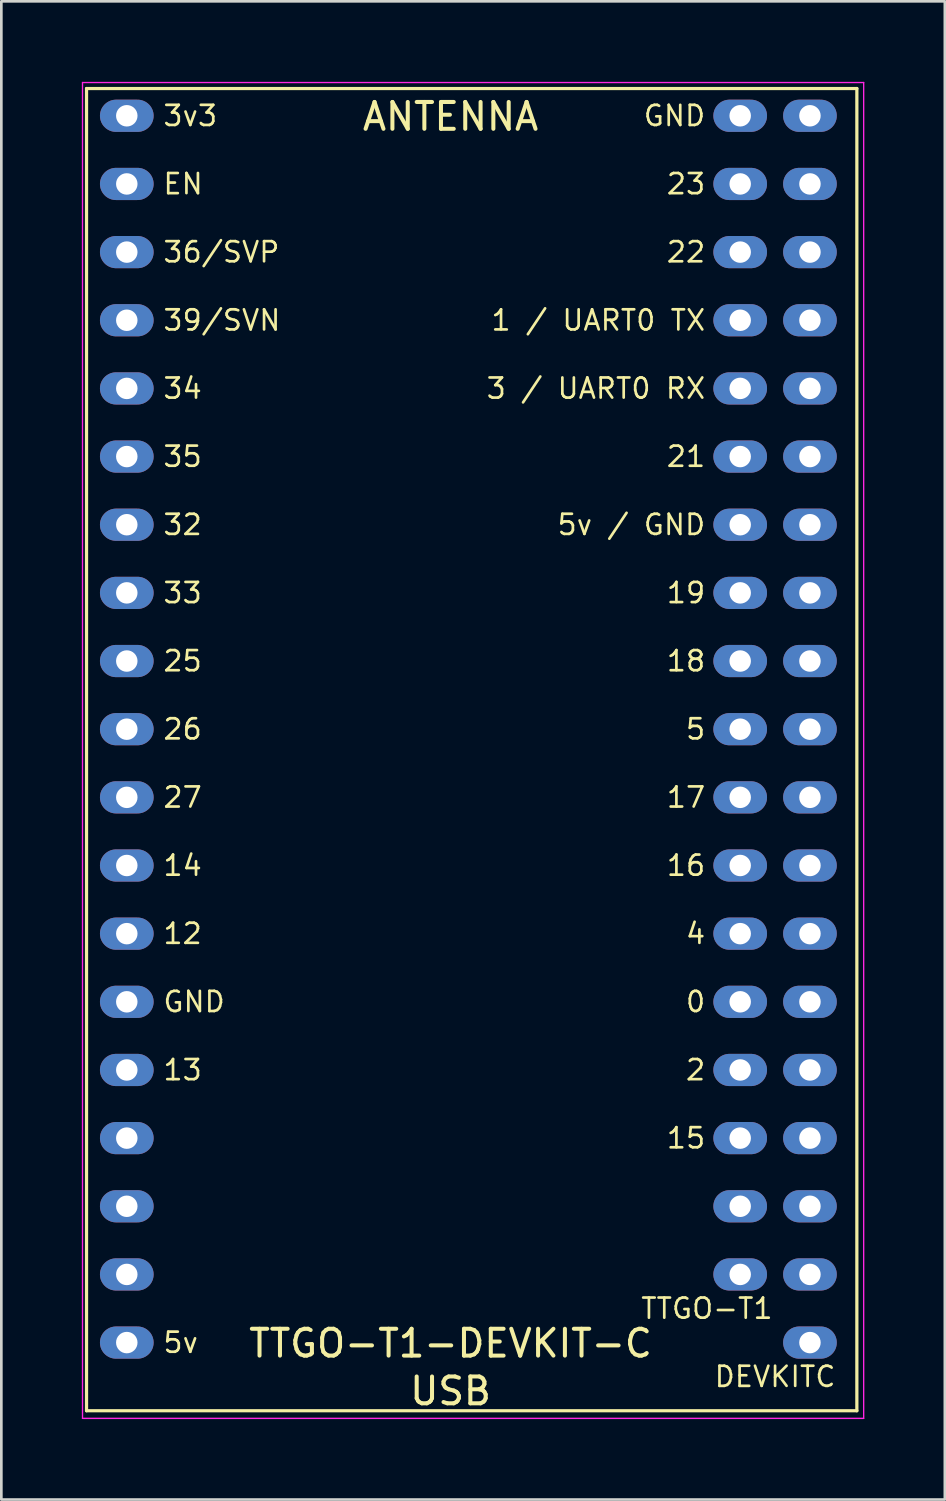
<source format=kicad_pcb>
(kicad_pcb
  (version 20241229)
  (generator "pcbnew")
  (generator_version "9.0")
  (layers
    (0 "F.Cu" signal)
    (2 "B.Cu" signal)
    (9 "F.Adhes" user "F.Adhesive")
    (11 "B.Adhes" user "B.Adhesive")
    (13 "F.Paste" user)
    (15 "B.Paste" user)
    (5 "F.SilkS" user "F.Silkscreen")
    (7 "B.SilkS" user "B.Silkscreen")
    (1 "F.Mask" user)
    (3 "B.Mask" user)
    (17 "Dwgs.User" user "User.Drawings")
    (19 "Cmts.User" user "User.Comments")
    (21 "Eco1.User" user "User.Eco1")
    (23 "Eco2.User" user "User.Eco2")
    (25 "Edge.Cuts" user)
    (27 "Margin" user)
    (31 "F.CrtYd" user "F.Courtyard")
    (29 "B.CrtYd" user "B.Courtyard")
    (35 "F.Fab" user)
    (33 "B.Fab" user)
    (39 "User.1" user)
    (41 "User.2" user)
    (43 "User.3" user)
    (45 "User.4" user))
  (footprint "TTGO-T1-DEVKIT-C"
    (layer "F.Cu")
    (at 13.741 26.441)
    (property "Reference" "TTGO-T1-DEVKIT-C" (at 0 20.574 0) (layer "F.SilkS") (effects (font (size 1 1) (thickness 0.15))))
    (attr through_hole)
    (fp_line (start -13.566 -26.192) (end -13.566 23.084) (stroke (width 0.12) (type solid)) (layer "F.SilkS"))
    (fp_line (start 15.142 -26.192) (end -13.566 -26.192) (stroke (width 0.12) (type solid)) (layer "F.SilkS"))
    (fp_line (start 15.142 23.084) (end -13.566 23.084) (stroke (width 0.12) (type solid)) (layer "F.SilkS"))
    (fp_line (start 15.142 23.084) (end 15.142 -26.192) (stroke (width 0.12) (type solid)) (layer "F.SilkS"))
    (fp_line (start -13.716 23.368) (end -13.716 -26.416) (stroke (width 0.05) (type solid)) (layer "F.CrtYd"))
    (fp_line (start 15.396 -26.416) (end -13.716 -26.416) (stroke (width 0.05) (type solid)) (layer "F.CrtYd"))
    (fp_line (start 15.396 -26.416) (end 15.396 23.368) (stroke (width 0.05) (type solid)) (layer "F.CrtYd"))
    (fp_line (start 15.396 23.368) (end -13.716 23.368) (stroke (width 0.05) (type solid)) (layer "F.CrtYd"))
    (fp_text user "22" (at 9.554 -20.096 0) (unlocked yes) (layer "F.SilkS") (effects (font (size 0.75 0.75) (thickness 0.1)) (justify right)))
    (fp_text user "GND" (at 9.554 -25.176 0) (unlocked yes) (layer "F.SilkS") (effects (font (size 0.75 0.75) (thickness 0.1)) (justify right)))
    (fp_text user "0" (at 9.554 7.844 0) (unlocked yes) (layer "F.SilkS") (effects (font (size 0.75 0.75) (thickness 0.1)) (justify right)))
    (fp_text user "19" (at 9.554 -7.396 0) (unlocked yes) (layer "F.SilkS") (effects (font (size 0.75 0.75) (thickness 0.1)) (justify right)))
    (fp_text user "16" (at 9.554 2.764 0) (unlocked yes) (layer "F.SilkS") (effects (font (size 0.75 0.75) (thickness 0.1)) (justify right)))
    (fp_text user "TTGO-T1" (at 9.554 19.274 0) (layer "F.SilkS") (effects (font (size 0.75 0.75) (thickness 0.1))))
    (fp_text user "USB" (at 0 22.352 0) (unlocked yes) (layer "F.SilkS") (effects (font (size 1 1) (thickness 0.15))))
    (fp_text user "ANTENNA" (at 0 -25.146 0) (layer "F.SilkS") (effects (font (size 1 1) (thickness 0.15))))
    (fp_text user "15" (at 9.554 12.924 0) (unlocked yes) (layer "F.SilkS") (effects (font (size 0.75 0.75) (thickness 0.1)) (justify right)))
    (fp_text user "1 / UART0 TX" (at 9.554 -17.556 0) (unlocked yes) (layer "F.SilkS") (effects (font (size 0.75 0.75) (thickness 0.1)) (justify right)))
    (fp_text user "25" (at -10.766 -4.856 0) (unlocked yes) (layer "F.SilkS") (effects (font (size 0.75 0.75) (thickness 0.1)) (justify left)))
    (fp_text user "21" (at 9.554 -12.476 0) (unlocked yes) (layer "F.SilkS") (effects (font (size 0.75 0.75) (thickness 0.1)) (justify right)))
    (fp_text user "5" (at 9.554 -2.316 0) (unlocked yes) (layer "F.SilkS") (effects (font (size 0.75 0.75) (thickness 0.1)) (justify right)))
    (fp_text user "13" (at -10.766 10.384 0) (unlocked yes) (layer "F.SilkS") (effects (font (size 0.75 0.75) (thickness 0.1)) (justify left)))
    (fp_text user "12" (at -10.766 5.304 0) (unlocked yes) (layer "F.SilkS") (effects (font (size 0.75 0.75) (thickness 0.1)) (justify left)))
    (fp_text user "5v" (at -10.766 20.544 0) (unlocked yes) (layer "F.SilkS") (effects (font (size 0.75 0.75) (thickness 0.1)) (justify left)))
    (fp_text user "5v / GND" (at 9.554 -9.936 0) (unlocked yes) (layer "F.SilkS") (effects (font (size 0.75 0.75) (thickness 0.1)) (justify right)))
    (fp_text user "17" (at 9.554 0.224 0) (unlocked yes) (layer "F.SilkS") (effects (font (size 0.75 0.75) (thickness 0.1)) (justify right)))
    (fp_text user "39/SVN" (at -10.766 -17.556 0) (unlocked yes) (layer "F.SilkS") (effects (font (size 0.75 0.75) (thickness 0.1)) (justify left)))
    (fp_text user "35" (at -10.766 -12.476 0) (unlocked yes) (layer "F.SilkS") (effects (font (size 0.75 0.75) (thickness 0.1)) (justify left)))
    (fp_text user "14" (at -10.766 2.764 0) (unlocked yes) (layer "F.SilkS") (effects (font (size 0.75 0.75) (thickness 0.1)) (justify left)))
    (fp_text user "3v3" (at -10.766 -25.176 0) (unlocked yes) (layer "F.SilkS") (effects (font (size 0.75 0.75) (thickness 0.1)) (justify left)))
    (fp_text user "32" (at -10.766 -9.936 0) (unlocked yes) (layer "F.SilkS") (effects (font (size 0.75 0.75) (thickness 0.1)) (justify left)))
    (fp_text user "34" (at -10.766 -15.016 0) (unlocked yes) (layer "F.SilkS") (effects (font (size 0.75 0.75) (thickness 0.1)) (justify left)))
    (fp_text user "4" (at 9.554 5.304 0) (unlocked yes) (layer "F.SilkS") (effects (font (size 0.75 0.75) (thickness 0.1)) (justify right)))
    (fp_text user "DEVKITC" (at 12.094 21.814 0) (layer "F.SilkS") (effects (font (size 0.75 0.75) (thickness 0.1))))
    (fp_text user "EN" (at -10.766 -22.636 0) (unlocked yes) (layer "F.SilkS") (effects (font (size 0.75 0.75) (thickness 0.1)) (justify left)))
    (fp_text user "GND" (at -10.766 7.844 0) (unlocked yes) (layer "F.SilkS") (effects (font (size 0.75 0.75) (thickness 0.1)) (justify left)))
    (fp_text user "26" (at -10.766 -2.316 0) (unlocked yes) (layer "F.SilkS") (effects (font (size 0.75 0.75) (thickness 0.1)) (justify left)))
    (fp_text user "33" (at -10.766 -7.396 0) (unlocked yes) (layer "F.SilkS") (effects (font (size 0.75 0.75) (thickness 0.1)) (justify left)))
    (fp_text user "18" (at 9.554 -4.856 0) (unlocked yes) (layer "F.SilkS") (effects (font (size 0.75 0.75) (thickness 0.1)) (justify right)))
    (fp_text user "3 / UART0 RX" (at 9.554 -15.016 0) (unlocked yes) (layer "F.SilkS") (effects (font (size 0.75 0.75) (thickness 0.1)) (justify right)))
    (fp_text user "36/SVP" (at -10.766 -20.096 0) (unlocked yes) (layer "F.SilkS") (effects (font (size 0.75 0.75) (thickness 0.1)) (justify left)))
    (fp_text user "2" (at 9.554 10.384 0) (unlocked yes) (layer "F.SilkS") (effects (font (size 0.75 0.75) (thickness 0.1)) (justify right)))
    (fp_text user "27" (at -10.766 0.224 0) (unlocked yes) (layer "F.SilkS") (effects (font (size 0.75 0.75) (thickness 0.1)) (justify left)))
    (fp_text user "23" (at 9.554 -22.636 0) (unlocked yes) (layer "F.SilkS") (effects (font (size 0.75 0.75) (thickness 0.1)) (justify right)))
    (pad "0" thru_hole oval (at 10.794 7.844 90) (size 1.2 2) (drill 0.8) (layers "*.Cu" "*.Mask"))
    (pad "0" thru_hole oval (at 13.394 7.844 90) (size 1.2 2) (drill 0.8) (layers "*.Cu" "*.Mask"))
    (pad "1" thru_hole oval (at 10.794 -17.556 90) (size 1.2 2) (drill 0.8) (layers "*.Cu" "*.Mask"))
    (pad "1" thru_hole oval (at 13.394 -17.556 90) (size 1.2 2) (drill 0.8) (layers "*.Cu" "*.Mask"))
    (pad "2" thru_hole oval (at 10.794 10.384 90) (size 1.2 2) (drill 0.8) (layers "*.Cu" "*.Mask"))
    (pad "2" thru_hole oval (at 13.394 10.384 90) (size 1.2 2) (drill 0.8) (layers "*.Cu" "*.Mask"))
    (pad "3" thru_hole oval (at 10.794 -15.016 90) (size 1.2 2) (drill 0.8) (layers "*.Cu" "*.Mask"))
    (pad "3" thru_hole oval (at 13.394 -15.016 90) (size 1.2 2) (drill 0.8) (layers "*.Cu" "*.Mask"))
    (pad "3v3" thru_hole oval (at -12.066 -25.176 90) (size 1.2 2) (drill 0.8) (layers "*.Cu" "*.Mask"))
    (pad "4" thru_hole oval (at 10.794 5.304 90) (size 1.2 2) (drill 0.8) (layers "*.Cu" "*.Mask"))
    (pad "4" thru_hole oval (at 13.394 5.304 90) (size 1.2 2) (drill 0.8) (layers "*.Cu" "*.Mask"))
    (pad "5" thru_hole oval (at 10.794 -2.316 90) (size 1.2 2) (drill 0.8) (layers "*.Cu" "*.Mask"))
    (pad "5" thru_hole oval (at 13.394 -2.316 90) (size 1.2 2) (drill 0.8) (layers "*.Cu" "*.Mask"))
    (pad "5V" thru_hole oval (at -12.066 20.544 90) (size 1.2 2) (drill 0.8) (layers "*.Cu" "*.Mask"))
    (pad "5V" thru_hole oval (at 10.794 -9.936 90) (size 1.2 2) (drill 0.8) (layers "*.Cu" "*.Mask"))
    (pad "6" thru_hole oval (at 13.394 20.544 90) (size 1.2 2) (drill 0.8) (layers "*.Cu" "*.Mask"))
    (pad "7" thru_hole oval (at 10.794 18.004 90) (size 1.2 2) (drill 0.8) (layers "*.Cu" "*.Mask"))
    (pad "7" thru_hole oval (at 13.394 18.004 90) (size 1.2 2) (drill 0.8) (layers "*.Cu" "*.Mask"))
    (pad "8" thru_hole oval (at 10.794 15.464 90) (size 1.2 2) (drill 0.8) (layers "*.Cu" "*.Mask"))
    (pad "8" thru_hole oval (at 13.394 15.464 90) (size 1.2 2) (drill 0.8) (layers "*.Cu" "*.Mask"))
    (pad "9" thru_hole oval (at -12.066 12.924 90) (size 1.2 2) (drill 0.8) (layers "*.Cu" "*.Mask"))
    (pad "10" thru_hole oval (at -12.066 15.464 90) (size 1.2 2) (drill 0.8) (layers "*.Cu" "*.Mask"))
    (pad "11" thru_hole oval (at -12.066 18.004 90) (size 1.2 2) (drill 0.8) (layers "*.Cu" "*.Mask"))
    (pad "12" thru_hole oval (at -12.066 5.304 90) (size 1.2 2) (drill 0.8) (layers "*.Cu" "*.Mask"))
    (pad "13" thru_hole oval (at -12.066 10.384 90) (size 1.2 2) (drill 0.8) (layers "*.Cu" "*.Mask"))
    (pad "14" thru_hole oval (at -12.066 2.764 90) (size 1.2 2) (drill 0.8) (layers "*.Cu" "*.Mask"))
    (pad "15" thru_hole oval (at 10.794 12.924 90) (size 1.2 2) (drill 0.8) (layers "*.Cu" "*.Mask"))
    (pad "15" thru_hole oval (at 13.394 12.924 90) (size 1.2 2) (drill 0.8) (layers "*.Cu" "*.Mask"))
    (pad "16" thru_hole oval (at 10.794 2.764 90) (size 1.2 2) (drill 0.8) (layers "*.Cu" "*.Mask"))
    (pad "16" thru_hole oval (at 13.394 2.764 90) (size 1.2 2) (drill 0.8) (layers "*.Cu" "*.Mask"))
    (pad "17" thru_hole oval (at 10.794 0.224 90) (size 1.2 2) (drill 0.8) (layers "*.Cu" "*.Mask"))
    (pad "17" thru_hole oval (at 13.394 0.224 90) (size 1.2 2) (drill 0.8) (layers "*.Cu" "*.Mask"))
    (pad "18" thru_hole oval (at 10.794 -4.856 90) (size 1.2 2) (drill 0.8) (layers "*.Cu" "*.Mask"))
    (pad "18" thru_hole oval (at 13.394 -4.856 90) (size 1.2 2) (drill 0.8) (layers "*.Cu" "*.Mask"))
    (pad "19" thru_hole oval (at 10.794 -7.396 90) (size 1.2 2) (drill 0.8) (layers "*.Cu" "*.Mask"))
    (pad "19" thru_hole oval (at 13.394 -7.396 90) (size 1.2 2) (drill 0.8) (layers "*.Cu" "*.Mask"))
    (pad "21" thru_hole oval (at 10.794 -12.476 90) (size 1.2 2) (drill 0.8) (layers "*.Cu" "*.Mask"))
    (pad "21" thru_hole oval (at 13.394 -12.476 90) (size 1.2 2) (drill 0.8) (layers "*.Cu" "*.Mask"))
    (pad "22" thru_hole oval (at 10.794 -20.096 90) (size 1.2 2) (drill 0.8) (layers "*.Cu" "*.Mask"))
    (pad "22" thru_hole oval (at 13.394 -20.096 90) (size 1.2 2) (drill 0.8) (layers "*.Cu" "*.Mask"))
    (pad "23" thru_hole oval (at 10.794 -22.636 90) (size 1.2 2) (drill 0.8) (layers "*.Cu" "*.Mask"))
    (pad "23" thru_hole oval (at 13.394 -22.636 90) (size 1.2 2) (drill 0.8) (layers "*.Cu" "*.Mask"))
    (pad "25" thru_hole oval (at -12.066 -4.856 90) (size 1.2 2) (drill 0.8) (layers "*.Cu" "*.Mask"))
    (pad "26" thru_hole oval (at -12.066 -2.316 90) (size 1.2 2) (drill 0.8) (layers "*.Cu" "*.Mask"))
    (pad "27" thru_hole oval (at -12.066 0.224 90) (size 1.2 2) (drill 0.8) (layers "*.Cu" "*.Mask"))
    (pad "32" thru_hole oval (at -12.066 -9.936 90) (size 1.2 2) (drill 0.8) (layers "*.Cu" "*.Mask"))
    (pad "33" thru_hole oval (at -12.066 -7.396 90) (size 1.2 2) (drill 0.8) (layers "*.Cu" "*.Mask"))
    (pad "34" thru_hole oval (at -12.066 -15.016 90) (size 1.2 2) (drill 0.8) (layers "*.Cu" "*.Mask"))
    (pad "35" thru_hole oval (at -12.066 -12.476 90) (size 1.2 2) (drill 0.8) (layers "*.Cu" "*.Mask"))
    (pad "36" thru_hole oval (at -12.066 -20.096 90) (size 1.2 2) (drill 0.8) (layers "*.Cu" "*.Mask"))
    (pad "39" thru_hole oval (at -12.066 -17.556 90) (size 1.2 2) (drill 0.8) (layers "*.Cu" "*.Mask"))
    (pad "EN" thru_hole oval (at -12.066 -22.636 90) (size 1.2 2) (drill 0.8) (layers "*.Cu" "*.Mask"))
    (pad "GND" thru_hole oval (at -12.066 7.844 90) (size 1.2 2) (drill 0.8) (layers "*.Cu" "*.Mask"))
    (pad "GND" thru_hole oval (at 10.794 -25.176 90) (size 1.2 2) (drill 0.8) (layers "*.Cu" "*.Mask"))
    (pad "GND" thru_hole oval (at 13.394 -25.176 90) (size 1.2 2) (drill 0.8) (layers "*.Cu" "*.Mask"))
    (pad "GND" thru_hole oval (at 13.394 -9.936 90) (size 1.2 2) (drill 0.8) (layers "*.Cu" "*.Mask")))
  (gr_rect
    (start -3 -3)
    (end 32.162 52.834)
    (stroke (width 0.1) (type default))
    (fill no)
    (layer "Edge.Cuts")))
</source>
